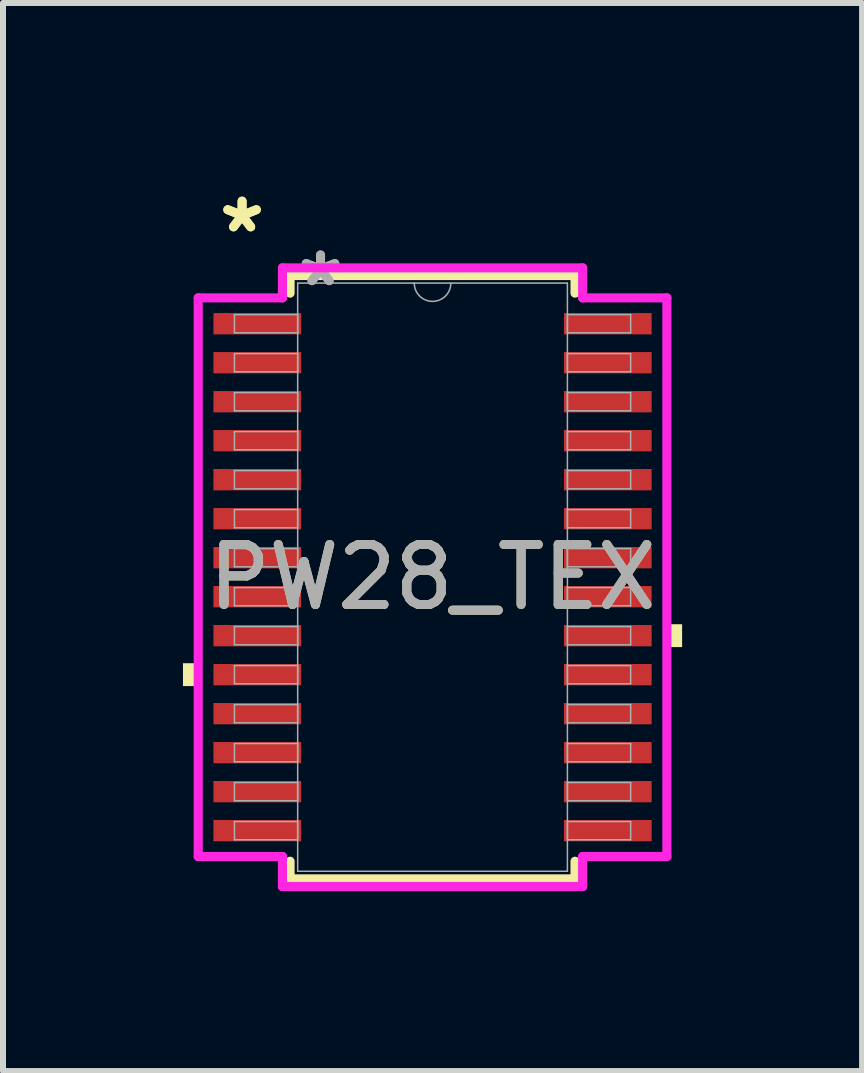
<source format=kicad_pcb>
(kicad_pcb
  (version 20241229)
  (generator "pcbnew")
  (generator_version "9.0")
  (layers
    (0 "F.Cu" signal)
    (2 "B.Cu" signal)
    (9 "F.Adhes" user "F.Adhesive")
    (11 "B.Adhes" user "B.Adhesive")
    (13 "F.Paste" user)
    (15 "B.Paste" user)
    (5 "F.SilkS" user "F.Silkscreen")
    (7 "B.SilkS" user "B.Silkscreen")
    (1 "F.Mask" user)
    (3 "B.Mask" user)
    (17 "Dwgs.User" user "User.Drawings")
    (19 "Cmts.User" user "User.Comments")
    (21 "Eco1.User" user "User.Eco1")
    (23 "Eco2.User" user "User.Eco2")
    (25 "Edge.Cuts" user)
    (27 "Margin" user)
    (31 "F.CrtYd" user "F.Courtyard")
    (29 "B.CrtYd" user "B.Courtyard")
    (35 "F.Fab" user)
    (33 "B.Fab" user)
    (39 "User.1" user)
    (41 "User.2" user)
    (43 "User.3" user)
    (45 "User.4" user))
  (footprint "PW28_TEX"
    (layer "F.Cu")
    (at 4.16 6.571)
    (property "Reference" "PW28_TEX" (at 0 0 0) (unlocked yes) (layer "F.SilkS") (effects (font (size 1 1) (thickness 0.15))))
    (attr smd)
    (fp_line (start -2.375 -5.029) (end -2.375 -4.735) (stroke (width 0.152) (type solid)) (layer "F.SilkS"))
    (fp_line (start -2.375 4.735) (end -2.375 5.029) (stroke (width 0.152) (type solid)) (layer "F.SilkS"))
    (fp_line (start -2.375 5.029) (end 2.375 5.029) (stroke (width 0.152) (type solid)) (layer "F.SilkS"))
    (fp_line (start 2.375 -5.029) (end -2.375 -5.029) (stroke (width 0.152) (type solid)) (layer "F.SilkS"))
    (fp_line (start 2.375 -4.735) (end 2.375 -5.029) (stroke (width 0.152) (type solid)) (layer "F.SilkS"))
    (fp_line (start 2.375 5.029) (end 2.375 4.735) (stroke (width 0.152) (type solid)) (layer "F.SilkS"))
    (fp_poly (pts (xy -4.16 1.434) (xy -4.16 1.815) (xy -3.906 1.815) (xy -3.906 1.434)) (stroke (width 0) (type solid)) (fill yes) (layer "F.SilkS"))
    (fp_poly (pts (xy 4.16 0.784) (xy 4.16 1.165) (xy 3.906 1.165) (xy 3.906 0.784)) (stroke (width 0) (type solid)) (fill yes) (layer "F.SilkS"))
    (fp_line (start -3.906 -4.656) (end -2.502 -4.656) (stroke (width 0.152) (type solid)) (layer "F.CrtYd"))
    (fp_line (start -3.906 4.656) (end -3.906 -4.656) (stroke (width 0.152) (type solid)) (layer "F.CrtYd"))
    (fp_line (start -3.906 4.656) (end -2.502 4.656) (stroke (width 0.152) (type solid)) (layer "F.CrtYd"))
    (fp_line (start -2.502 -5.156) (end 2.502 -5.156) (stroke (width 0.152) (type solid)) (layer "F.CrtYd"))
    (fp_line (start -2.502 -4.656) (end -2.502 -5.156) (stroke (width 0.152) (type solid)) (layer "F.CrtYd"))
    (fp_line (start -2.502 5.156) (end -2.502 4.656) (stroke (width 0.152) (type solid)) (layer "F.CrtYd"))
    (fp_line (start 2.502 -5.156) (end 2.502 -4.656) (stroke (width 0.152) (type solid)) (layer "F.CrtYd"))
    (fp_line (start 2.502 4.656) (end 2.502 5.156) (stroke (width 0.152) (type solid)) (layer "F.CrtYd"))
    (fp_line (start 2.502 5.156) (end -2.502 5.156) (stroke (width 0.152) (type solid)) (layer "F.CrtYd"))
    (fp_line (start 3.906 -4.656) (end 2.502 -4.656) (stroke (width 0.152) (type solid)) (layer "F.CrtYd"))
    (fp_line (start 3.906 -4.656) (end 3.906 4.656) (stroke (width 0.152) (type solid)) (layer "F.CrtYd"))
    (fp_line (start 3.906 4.656) (end 2.502 4.656) (stroke (width 0.152) (type solid)) (layer "F.CrtYd"))
    (fp_line (start -3.302 -4.377) (end -3.302 -4.073) (stroke (width 0.025) (type solid)) (layer "F.Fab"))
    (fp_line (start -3.302 -4.073) (end -2.248 -4.073) (stroke (width 0.025) (type solid)) (layer "F.Fab"))
    (fp_line (start -3.302 -3.727) (end -3.302 -3.423) (stroke (width 0.025) (type solid)) (layer "F.Fab"))
    (fp_line (start -3.302 -3.423) (end -2.248 -3.423) (stroke (width 0.025) (type solid)) (layer "F.Fab"))
    (fp_line (start -3.302 -3.077) (end -3.302 -2.773) (stroke (width 0.025) (type solid)) (layer "F.Fab"))
    (fp_line (start -3.302 -2.773) (end -2.248 -2.773) (stroke (width 0.025) (type solid)) (layer "F.Fab"))
    (fp_line (start -3.302 -2.427) (end -3.302 -2.123) (stroke (width 0.025) (type solid)) (layer "F.Fab"))
    (fp_line (start -3.302 -2.123) (end -2.248 -2.123) (stroke (width 0.025) (type solid)) (layer "F.Fab"))
    (fp_line (start -3.302 -1.777) (end -3.302 -1.473) (stroke (width 0.025) (type solid)) (layer "F.Fab"))
    (fp_line (start -3.302 -1.473) (end -2.248 -1.473) (stroke (width 0.025) (type solid)) (layer "F.Fab"))
    (fp_line (start -3.302 -1.127) (end -3.302 -0.823) (stroke (width 0.025) (type solid)) (layer "F.Fab"))
    (fp_line (start -3.302 -0.823) (end -2.248 -0.823) (stroke (width 0.025) (type solid)) (layer "F.Fab"))
    (fp_line (start -3.302 -0.477) (end -3.302 -0.173) (stroke (width 0.025) (type solid)) (layer "F.Fab"))
    (fp_line (start -3.302 -0.173) (end -2.248 -0.173) (stroke (width 0.025) (type solid)) (layer "F.Fab"))
    (fp_line (start -3.302 0.173) (end -3.302 0.477) (stroke (width 0.025) (type solid)) (layer "F.Fab"))
    (fp_line (start -3.302 0.477) (end -2.248 0.477) (stroke (width 0.025) (type solid)) (layer "F.Fab"))
    (fp_line (start -3.302 0.823) (end -3.302 1.127) (stroke (width 0.025) (type solid)) (layer "F.Fab"))
    (fp_line (start -3.302 1.127) (end -2.248 1.127) (stroke (width 0.025) (type solid)) (layer "F.Fab"))
    (fp_line (start -3.302 1.473) (end -3.302 1.777) (stroke (width 0.025) (type solid)) (layer "F.Fab"))
    (fp_line (start -3.302 1.777) (end -2.248 1.777) (stroke (width 0.025) (type solid)) (layer "F.Fab"))
    (fp_line (start -3.302 2.123) (end -3.302 2.427) (stroke (width 0.025) (type solid)) (layer "F.Fab"))
    (fp_line (start -3.302 2.427) (end -2.248 2.427) (stroke (width 0.025) (type solid)) (layer "F.Fab"))
    (fp_line (start -3.302 2.773) (end -3.302 3.077) (stroke (width 0.025) (type solid)) (layer "F.Fab"))
    (fp_line (start -3.302 3.077) (end -2.248 3.077) (stroke (width 0.025) (type solid)) (layer "F.Fab"))
    (fp_line (start -3.302 3.423) (end -3.302 3.727) (stroke (width 0.025) (type solid)) (layer "F.Fab"))
    (fp_line (start -3.302 3.727) (end -2.248 3.727) (stroke (width 0.025) (type solid)) (layer "F.Fab"))
    (fp_line (start -3.302 4.073) (end -3.302 4.377) (stroke (width 0.025) (type solid)) (layer "F.Fab"))
    (fp_line (start -3.302 4.377) (end -2.248 4.377) (stroke (width 0.025) (type solid)) (layer "F.Fab"))
    (fp_line (start -2.248 -4.902) (end -2.248 4.902) (stroke (width 0.025) (type solid)) (layer "F.Fab"))
    (fp_line (start -2.248 -4.377) (end -3.302 -4.377) (stroke (width 0.025) (type solid)) (layer "F.Fab"))
    (fp_line (start -2.248 -4.073) (end -2.248 -4.377) (stroke (width 0.025) (type solid)) (layer "F.Fab"))
    (fp_line (start -2.248 -3.727) (end -3.302 -3.727) (stroke (width 0.025) (type solid)) (layer "F.Fab"))
    (fp_line (start -2.248 -3.423) (end -2.248 -3.727) (stroke (width 0.025) (type solid)) (layer "F.Fab"))
    (fp_line (start -2.248 -3.077) (end -3.302 -3.077) (stroke (width 0.025) (type solid)) (layer "F.Fab"))
    (fp_line (start -2.248 -2.773) (end -2.248 -3.077) (stroke (width 0.025) (type solid)) (layer "F.Fab"))
    (fp_line (start -2.248 -2.427) (end -3.302 -2.427) (stroke (width 0.025) (type solid)) (layer "F.Fab"))
    (fp_line (start -2.248 -2.123) (end -2.248 -2.427) (stroke (width 0.025) (type solid)) (layer "F.Fab"))
    (fp_line (start -2.248 -1.777) (end -3.302 -1.777) (stroke (width 0.025) (type solid)) (layer "F.Fab"))
    (fp_line (start -2.248 -1.473) (end -2.248 -1.777) (stroke (width 0.025) (type solid)) (layer "F.Fab"))
    (fp_line (start -2.248 -1.127) (end -3.302 -1.127) (stroke (width 0.025) (type solid)) (layer "F.Fab"))
    (fp_line (start -2.248 -0.823) (end -2.248 -1.127) (stroke (width 0.025) (type solid)) (layer "F.Fab"))
    (fp_line (start -2.248 -0.477) (end -3.302 -0.477) (stroke (width 0.025) (type solid)) (layer "F.Fab"))
    (fp_line (start -2.248 -0.173) (end -2.248 -0.477) (stroke (width 0.025) (type solid)) (layer "F.Fab"))
    (fp_line (start -2.248 0.173) (end -3.302 0.173) (stroke (width 0.025) (type solid)) (layer "F.Fab"))
    (fp_line (start -2.248 0.477) (end -2.248 0.173) (stroke (width 0.025) (type solid)) (layer "F.Fab"))
    (fp_line (start -2.248 0.823) (end -3.302 0.823) (stroke (width 0.025) (type solid)) (layer "F.Fab"))
    (fp_line (start -2.248 1.127) (end -2.248 0.823) (stroke (width 0.025) (type solid)) (layer "F.Fab"))
    (fp_line (start -2.248 1.473) (end -3.302 1.473) (stroke (width 0.025) (type solid)) (layer "F.Fab"))
    (fp_line (start -2.248 1.777) (end -2.248 1.473) (stroke (width 0.025) (type solid)) (layer "F.Fab"))
    (fp_line (start -2.248 2.123) (end -3.302 2.123) (stroke (width 0.025) (type solid)) (layer "F.Fab"))
    (fp_line (start -2.248 2.427) (end -2.248 2.123) (stroke (width 0.025) (type solid)) (layer "F.Fab"))
    (fp_line (start -2.248 2.773) (end -3.302 2.773) (stroke (width 0.025) (type solid)) (layer "F.Fab"))
    (fp_line (start -2.248 3.077) (end -2.248 2.773) (stroke (width 0.025) (type solid)) (layer "F.Fab"))
    (fp_line (start -2.248 3.423) (end -3.302 3.423) (stroke (width 0.025) (type solid)) (layer "F.Fab"))
    (fp_line (start -2.248 3.727) (end -2.248 3.423) (stroke (width 0.025) (type solid)) (layer "F.Fab"))
    (fp_line (start -2.248 4.073) (end -3.302 4.073) (stroke (width 0.025) (type solid)) (layer "F.Fab"))
    (fp_line (start -2.248 4.377) (end -2.248 4.073) (stroke (width 0.025) (type solid)) (layer "F.Fab"))
    (fp_line (start -2.248 4.902) (end 2.248 4.902) (stroke (width 0.025) (type solid)) (layer "F.Fab"))
    (fp_line (start 2.248 -4.902) (end -2.248 -4.902) (stroke (width 0.025) (type solid)) (layer "F.Fab"))
    (fp_line (start 2.248 -4.377) (end 2.248 -4.073) (stroke (width 0.025) (type solid)) (layer "F.Fab"))
    (fp_line (start 2.248 -4.073) (end 3.302 -4.073) (stroke (width 0.025) (type solid)) (layer "F.Fab"))
    (fp_line (start 2.248 -3.727) (end 2.248 -3.423) (stroke (width 0.025) (type solid)) (layer "F.Fab"))
    (fp_line (start 2.248 -3.423) (end 3.302 -3.423) (stroke (width 0.025) (type solid)) (layer "F.Fab"))
    (fp_line (start 2.248 -3.077) (end 2.248 -2.773) (stroke (width 0.025) (type solid)) (layer "F.Fab"))
    (fp_line (start 2.248 -2.773) (end 3.302 -2.773) (stroke (width 0.025) (type solid)) (layer "F.Fab"))
    (fp_line (start 2.248 -2.427) (end 2.248 -2.123) (stroke (width 0.025) (type solid)) (layer "F.Fab"))
    (fp_line (start 2.248 -2.123) (end 3.302 -2.123) (stroke (width 0.025) (type solid)) (layer "F.Fab"))
    (fp_line (start 2.248 -1.777) (end 2.248 -1.473) (stroke (width 0.025) (type solid)) (layer "F.Fab"))
    (fp_line (start 2.248 -1.473) (end 3.302 -1.473) (stroke (width 0.025) (type solid)) (layer "F.Fab"))
    (fp_line (start 2.248 -1.127) (end 2.248 -0.823) (stroke (width 0.025) (type solid)) (layer "F.Fab"))
    (fp_line (start 2.248 -0.823) (end 3.302 -0.823) (stroke (width 0.025) (type solid)) (layer "F.Fab"))
    (fp_line (start 2.248 -0.477) (end 2.248 -0.173) (stroke (width 0.025) (type solid)) (layer "F.Fab"))
    (fp_line (start 2.248 -0.173) (end 3.302 -0.173) (stroke (width 0.025) (type solid)) (layer "F.Fab"))
    (fp_line (start 2.248 0.173) (end 2.248 0.477) (stroke (width 0.025) (type solid)) (layer "F.Fab"))
    (fp_line (start 2.248 0.477) (end 3.302 0.477) (stroke (width 0.025) (type solid)) (layer "F.Fab"))
    (fp_line (start 2.248 0.823) (end 2.248 1.127) (stroke (width 0.025) (type solid)) (layer "F.Fab"))
    (fp_line (start 2.248 1.127) (end 3.302 1.127) (stroke (width 0.025) (type solid)) (layer "F.Fab"))
    (fp_line (start 2.248 1.473) (end 2.248 1.777) (stroke (width 0.025) (type solid)) (layer "F.Fab"))
    (fp_line (start 2.248 1.777) (end 3.302 1.777) (stroke (width 0.025) (type solid)) (layer "F.Fab"))
    (fp_line (start 2.248 2.123) (end 2.248 2.427) (stroke (width 0.025) (type solid)) (layer "F.Fab"))
    (fp_line (start 2.248 2.427) (end 3.302 2.427) (stroke (width 0.025) (type solid)) (layer "F.Fab"))
    (fp_line (start 2.248 2.773) (end 2.248 3.077) (stroke (width 0.025) (type solid)) (layer "F.Fab"))
    (fp_line (start 2.248 3.077) (end 3.302 3.077) (stroke (width 0.025) (type solid)) (layer "F.Fab"))
    (fp_line (start 2.248 3.423) (end 2.248 3.727) (stroke (width 0.025) (type solid)) (layer "F.Fab"))
    (fp_line (start 2.248 3.727) (end 3.302 3.727) (stroke (width 0.025) (type solid)) (layer "F.Fab"))
    (fp_line (start 2.248 4.073) (end 2.248 4.377) (stroke (width 0.025) (type solid)) (layer "F.Fab"))
    (fp_line (start 2.248 4.377) (end 3.302 4.377) (stroke (width 0.025) (type solid)) (layer "F.Fab"))
    (fp_line (start 2.248 4.902) (end 2.248 -4.902) (stroke (width 0.025) (type solid)) (layer "F.Fab"))
    (fp_line (start 3.302 -4.377) (end 2.248 -4.377) (stroke (width 0.025) (type solid)) (layer "F.Fab"))
    (fp_line (start 3.302 -4.073) (end 3.302 -4.377) (stroke (width 0.025) (type solid)) (layer "F.Fab"))
    (fp_line (start 3.302 -3.727) (end 2.248 -3.727) (stroke (width 0.025) (type solid)) (layer "F.Fab"))
    (fp_line (start 3.302 -3.423) (end 3.302 -3.727) (stroke (width 0.025) (type solid)) (layer "F.Fab"))
    (fp_line (start 3.302 -3.077) (end 2.248 -3.077) (stroke (width 0.025) (type solid)) (layer "F.Fab"))
    (fp_line (start 3.302 -2.773) (end 3.302 -3.077) (stroke (width 0.025) (type solid)) (layer "F.Fab"))
    (fp_line (start 3.302 -2.427) (end 2.248 -2.427) (stroke (width 0.025) (type solid)) (layer "F.Fab"))
    (fp_line (start 3.302 -2.123) (end 3.302 -2.427) (stroke (width 0.025) (type solid)) (layer "F.Fab"))
    (fp_line (start 3.302 -1.777) (end 2.248 -1.777) (stroke (width 0.025) (type solid)) (layer "F.Fab"))
    (fp_line (start 3.302 -1.473) (end 3.302 -1.777) (stroke (width 0.025) (type solid)) (layer "F.Fab"))
    (fp_line (start 3.302 -1.127) (end 2.248 -1.127) (stroke (width 0.025) (type solid)) (layer "F.Fab"))
    (fp_line (start 3.302 -0.823) (end 3.302 -1.127) (stroke (width 0.025) (type solid)) (layer "F.Fab"))
    (fp_line (start 3.302 -0.477) (end 2.248 -0.477) (stroke (width 0.025) (type solid)) (layer "F.Fab"))
    (fp_line (start 3.302 -0.173) (end 3.302 -0.477) (stroke (width 0.025) (type solid)) (layer "F.Fab"))
    (fp_line (start 3.302 0.173) (end 2.248 0.173) (stroke (width 0.025) (type solid)) (layer "F.Fab"))
    (fp_line (start 3.302 0.477) (end 3.302 0.173) (stroke (width 0.025) (type solid)) (layer "F.Fab"))
    (fp_line (start 3.302 0.823) (end 2.248 0.823) (stroke (width 0.025) (type solid)) (layer "F.Fab"))
    (fp_line (start 3.302 1.127) (end 3.302 0.823) (stroke (width 0.025) (type solid)) (layer "F.Fab"))
    (fp_line (start 3.302 1.473) (end 2.248 1.473) (stroke (width 0.025) (type solid)) (layer "F.Fab"))
    (fp_line (start 3.302 1.777) (end 3.302 1.473) (stroke (width 0.025) (type solid)) (layer "F.Fab"))
    (fp_line (start 3.302 2.123) (end 2.248 2.123) (stroke (width 0.025) (type solid)) (layer "F.Fab"))
    (fp_line (start 3.302 2.427) (end 3.302 2.123) (stroke (width 0.025) (type solid)) (layer "F.Fab"))
    (fp_line (start 3.302 2.773) (end 2.248 2.773) (stroke (width 0.025) (type solid)) (layer "F.Fab"))
    (fp_line (start 3.302 3.077) (end 3.302 2.773) (stroke (width 0.025) (type solid)) (layer "F.Fab"))
    (fp_line (start 3.302 3.423) (end 2.248 3.423) (stroke (width 0.025) (type solid)) (layer "F.Fab"))
    (fp_line (start 3.302 3.727) (end 3.302 3.423) (stroke (width 0.025) (type solid)) (layer "F.Fab"))
    (fp_line (start 3.302 4.073) (end 2.248 4.073) (stroke (width 0.025) (type solid)) (layer "F.Fab"))
    (fp_line (start 3.302 4.377) (end 3.302 4.073) (stroke (width 0.025) (type solid)) (layer "F.Fab"))
    (fp_arc (start 0.3048 -4.9022) (mid 0 -4.5974) (end -0.3048 -4.9022) (stroke (width 0.0254) (type solid)) (layer "F.Fab"))
    (fp_text user "*" (at -3.175 -5.723 0) (layer "F.SilkS") (effects (font (size 1 1) (thickness 0.15))))
    (fp_text user "*" (at -3.175 -5.723 0) (unlocked yes) (layer "F.SilkS") (effects (font (size 1 1) (thickness 0.15))))
    (fp_text user "${REFERENCE}" (at 0 0 0) (unlocked yes) (layer "F.Fab") (effects (font (size 1 1) (thickness 0.15))))
    (fp_text user "*" (at -1.867 -4.826 0) (unlocked yes) (layer "F.Fab") (effects (font (size 1 1) (thickness 0.15))))
    (fp_text user "*" (at -1.867 -4.826 0) (layer "F.Fab") (effects (font (size 1 1) (thickness 0.15))))
    (pad "1" smd rect (at -2.921 -4.225) (size 1.462 0.355) (layers "F.Cu" "F.Mask" "F.Paste"))
    (pad "2" smd rect (at -2.921 -3.575) (size 1.462 0.355) (layers "F.Cu" "F.Mask" "F.Paste"))
    (pad "3" smd rect (at -2.921 -2.925) (size 1.462 0.355) (layers "F.Cu" "F.Mask" "F.Paste"))
    (pad "4" smd rect (at -2.921 -2.275) (size 1.462 0.355) (layers "F.Cu" "F.Mask" "F.Paste"))
    (pad "5" smd rect (at -2.921 -1.625) (size 1.462 0.355) (layers "F.Cu" "F.Mask" "F.Paste"))
    (pad "6" smd rect (at -2.921 -0.975) (size 1.462 0.355) (layers "F.Cu" "F.Mask" "F.Paste"))
    (pad "7" smd rect (at -2.921 -0.325) (size 1.462 0.355) (layers "F.Cu" "F.Mask" "F.Paste"))
    (pad "8" smd rect (at -2.921 0.325) (size 1.462 0.355) (layers "F.Cu" "F.Mask" "F.Paste"))
    (pad "9" smd rect (at -2.921 0.975) (size 1.462 0.355) (layers "F.Cu" "F.Mask" "F.Paste"))
    (pad "10" smd rect (at -2.921 1.625) (size 1.462 0.355) (layers "F.Cu" "F.Mask" "F.Paste"))
    (pad "11" smd rect (at -2.921 2.275) (size 1.462 0.355) (layers "F.Cu" "F.Mask" "F.Paste"))
    (pad "12" smd rect (at -2.921 2.925) (size 1.462 0.355) (layers "F.Cu" "F.Mask" "F.Paste"))
    (pad "13" smd rect (at -2.921 3.575) (size 1.462 0.355) (layers "F.Cu" "F.Mask" "F.Paste"))
    (pad "14" smd rect (at -2.921 4.225) (size 1.462 0.355) (layers "F.Cu" "F.Mask" "F.Paste"))
    (pad "15" smd rect (at 2.921 4.225) (size 1.462 0.355) (layers "F.Cu" "F.Mask" "F.Paste"))
    (pad "16" smd rect (at 2.921 3.575) (size 1.462 0.355) (layers "F.Cu" "F.Mask" "F.Paste"))
    (pad "17" smd rect (at 2.921 2.925) (size 1.462 0.355) (layers "F.Cu" "F.Mask" "F.Paste"))
    (pad "18" smd rect (at 2.921 2.275) (size 1.462 0.355) (layers "F.Cu" "F.Mask" "F.Paste"))
    (pad "19" smd rect (at 2.921 1.625) (size 1.462 0.355) (layers "F.Cu" "F.Mask" "F.Paste"))
    (pad "20" smd rect (at 2.921 0.975) (size 1.462 0.355) (layers "F.Cu" "F.Mask" "F.Paste"))
    (pad "21" smd rect (at 2.921 0.325) (size 1.462 0.355) (layers "F.Cu" "F.Mask" "F.Paste"))
    (pad "22" smd rect (at 2.921 -0.325) (size 1.462 0.355) (layers "F.Cu" "F.Mask" "F.Paste"))
    (pad "23" smd rect (at 2.921 -0.975) (size 1.462 0.355) (layers "F.Cu" "F.Mask" "F.Paste"))
    (pad "24" smd rect (at 2.921 -1.625) (size 1.462 0.355) (layers "F.Cu" "F.Mask" "F.Paste"))
    (pad "25" smd rect (at 2.921 -2.275) (size 1.462 0.355) (layers "F.Cu" "F.Mask" "F.Paste"))
    (pad "26" smd rect (at 2.921 -2.925) (size 1.462 0.355) (layers "F.Cu" "F.Mask" "F.Paste"))
    (pad "27" smd rect (at 2.921 -3.575) (size 1.462 0.355) (layers "F.Cu" "F.Mask" "F.Paste"))
    (pad "28" smd rect (at 2.921 -4.225) (size 1.462 0.355) (layers "F.Cu" "F.Mask" "F.Paste")))
  (gr_rect
    (start -3 -3)
    (end 11.32 14.803)
    (stroke (width 0.1) (type default))
    (fill no)
    (layer "Edge.Cuts")))
</source>
